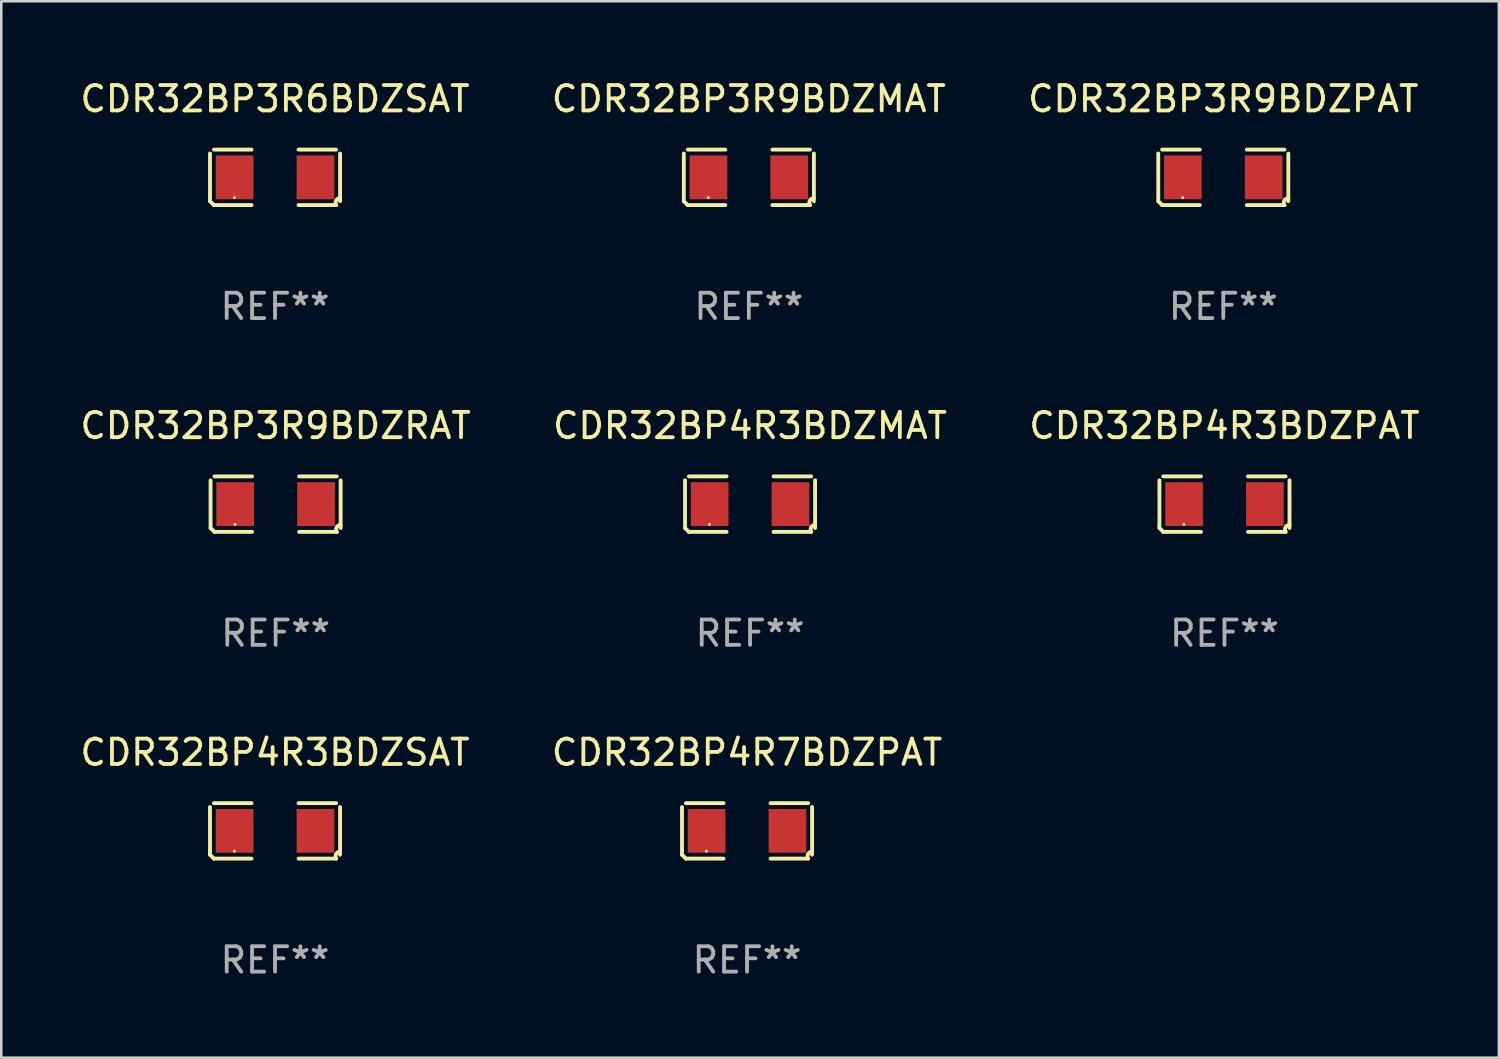
<source format=kicad_pcb>
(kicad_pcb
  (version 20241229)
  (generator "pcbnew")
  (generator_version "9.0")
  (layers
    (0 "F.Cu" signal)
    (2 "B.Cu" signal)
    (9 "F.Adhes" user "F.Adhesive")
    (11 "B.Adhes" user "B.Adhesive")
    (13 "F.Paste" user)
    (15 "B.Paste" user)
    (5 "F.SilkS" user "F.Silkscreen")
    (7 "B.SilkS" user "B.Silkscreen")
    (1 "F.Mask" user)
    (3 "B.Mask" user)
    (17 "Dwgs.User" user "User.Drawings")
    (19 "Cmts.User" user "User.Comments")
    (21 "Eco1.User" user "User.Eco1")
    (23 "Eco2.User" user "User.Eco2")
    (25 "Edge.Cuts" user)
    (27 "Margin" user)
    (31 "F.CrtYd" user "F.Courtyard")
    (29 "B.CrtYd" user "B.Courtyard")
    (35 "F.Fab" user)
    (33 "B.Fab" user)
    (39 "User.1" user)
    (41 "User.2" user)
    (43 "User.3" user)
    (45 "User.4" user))
  (footprint "CDR32BP3R9BDZRAT"
    (layer "F.Cu")
    (at 7.815 16.823)
    (property "Reference" "CDR32BP3R9BDZRAT" (at 0 -3.093 0) (layer "F.SilkS") (effects (font (size 1 1) (thickness 0.15))))
    (attr through_hole)
    (fp_line (start -2.564 0.94) (end -2.564 -0.94) (stroke (width 0.152) (type solid)) (layer "F.SilkS"))
    (fp_line (start -2.411 -1.093) (end -0.926 -1.093) (stroke (width 0.152) (type solid)) (layer "F.SilkS"))
    (fp_line (start -0.926 1.093) (end -2.411 1.093) (stroke (width 0.152) (type solid)) (layer "F.SilkS"))
    (fp_line (start 0.926 1.093) (end 2.411 1.093) (stroke (width 0.152) (type solid)) (layer "F.SilkS"))
    (fp_line (start 2.411 -1.093) (end 0.926 -1.093) (stroke (width 0.152) (type solid)) (layer "F.SilkS"))
    (fp_line (start 2.564 0.94) (end 2.564 -0.94) (stroke (width 0.152) (type solid)) (layer "F.SilkS"))
    (fp_arc (start -2.411201 1.092609) (mid -2.487413 1.01642) (end -2.563602 0.940208) (stroke (width 0.1524) (type solid)) (layer "F.SilkS"))
    (fp_arc (start 2.411201 1.092609) (mid 2.407159 0.911226) (end 2.563602 0.819347) (stroke (width 0.1524) (type solid)) (layer "F.SilkS"))
    (fp_circle (center -1.6 0.8) (end -1.57 0.8) (stroke (width 0.06) (type solid)) (fill no) (layer "F.SilkS"))
    (fp_text user "REF**" (at 0 5.093 0) (layer "F.Fab") (effects (font (size 1 1) (thickness 0.15))))
    (pad "1" smd rect (at -1.593 0) (size 1.485 1.728) (layers "F.Cu" "F.Mask" "F.Paste"))
    (pad "2" smd rect (at 1.593 0) (size 1.485 1.728) (layers "F.Cu" "F.Mask" "F.Paste")))
  (footprint "CDR32BP3R6BDZSAT"
    (layer "F.Cu")
    (at 7.792 3.941)
    (property "Reference" "CDR32BP3R6BDZSAT" (at 0 -3.093 0) (layer "F.SilkS") (effects (font (size 1 1) (thickness 0.15))))
    (attr through_hole)
    (fp_line (start -2.564 0.94) (end -2.564 -0.94) (stroke (width 0.152) (type solid)) (layer "F.SilkS"))
    (fp_line (start -2.411 -1.093) (end -0.926 -1.093) (stroke (width 0.152) (type solid)) (layer "F.SilkS"))
    (fp_line (start -0.926 1.093) (end -2.411 1.093) (stroke (width 0.152) (type solid)) (layer "F.SilkS"))
    (fp_line (start 0.926 1.093) (end 2.411 1.093) (stroke (width 0.152) (type solid)) (layer "F.SilkS"))
    (fp_line (start 2.411 -1.093) (end 0.926 -1.093) (stroke (width 0.152) (type solid)) (layer "F.SilkS"))
    (fp_line (start 2.564 0.94) (end 2.564 -0.94) (stroke (width 0.152) (type solid)) (layer "F.SilkS"))
    (fp_arc (start -2.411201 1.092609) (mid -2.487413 1.01642) (end -2.563602 0.940208) (stroke (width 0.1524) (type solid)) (layer "F.SilkS"))
    (fp_arc (start 2.411201 1.092609) (mid 2.407159 0.911226) (end 2.563602 0.819347) (stroke (width 0.1524) (type solid)) (layer "F.SilkS"))
    (fp_circle (center -1.6 0.8) (end -1.57 0.8) (stroke (width 0.06) (type solid)) (fill no) (layer "F.SilkS"))
    (fp_text user "REF**" (at 0 5.093 0) (layer "F.Fab") (effects (font (size 1 1) (thickness 0.15))))
    (pad "1" smd rect (at -1.593 0) (size 1.485 1.728) (layers "F.Cu" "F.Mask" "F.Paste"))
    (pad "2" smd rect (at 1.593 0) (size 1.485 1.728) (layers "F.Cu" "F.Mask" "F.Paste")))
  (footprint "CDR32BP3R9BDZMAT"
    (layer "F.Cu")
    (at 26.47 3.941)
    (property "Reference" "CDR32BP3R9BDZMAT" (at 0 -3.093 0) (layer "F.SilkS") (effects (font (size 1 1) (thickness 0.15))))
    (attr through_hole)
    (fp_line (start -2.564 0.94) (end -2.564 -0.94) (stroke (width 0.152) (type solid)) (layer "F.SilkS"))
    (fp_line (start -2.411 -1.093) (end -0.926 -1.093) (stroke (width 0.152) (type solid)) (layer "F.SilkS"))
    (fp_line (start -0.926 1.093) (end -2.411 1.093) (stroke (width 0.152) (type solid)) (layer "F.SilkS"))
    (fp_line (start 0.926 1.093) (end 2.411 1.093) (stroke (width 0.152) (type solid)) (layer "F.SilkS"))
    (fp_line (start 2.411 -1.093) (end 0.926 -1.093) (stroke (width 0.152) (type solid)) (layer "F.SilkS"))
    (fp_line (start 2.564 0.94) (end 2.564 -0.94) (stroke (width 0.152) (type solid)) (layer "F.SilkS"))
    (fp_arc (start -2.411201 1.092609) (mid -2.487413 1.01642) (end -2.563602 0.940208) (stroke (width 0.1524) (type solid)) (layer "F.SilkS"))
    (fp_arc (start 2.411201 1.092609) (mid 2.407159 0.911226) (end 2.563602 0.819347) (stroke (width 0.1524) (type solid)) (layer "F.SilkS"))
    (fp_circle (center -1.6 0.8) (end -1.57 0.8) (stroke (width 0.06) (type solid)) (fill no) (layer "F.SilkS"))
    (fp_text user "REF**" (at 0 5.093 0) (layer "F.Fab") (effects (font (size 1 1) (thickness 0.15))))
    (pad "1" smd rect (at -1.593 0) (size 1.485 1.728) (layers "F.Cu" "F.Mask" "F.Paste"))
    (pad "2" smd rect (at 1.593 0) (size 1.485 1.728) (layers "F.Cu" "F.Mask" "F.Paste")))
  (footprint "CDR32BP4R7BDZPAT"
    (layer "F.Cu")
    (at 26.399 29.704)
    (property "Reference" "CDR32BP4R7BDZPAT" (at 0 -3.093 0) (layer "F.SilkS") (effects (font (size 1 1) (thickness 0.15))))
    (attr through_hole)
    (fp_line (start -2.564 0.94) (end -2.564 -0.94) (stroke (width 0.152) (type solid)) (layer "F.SilkS"))
    (fp_line (start -2.411 -1.093) (end -0.926 -1.093) (stroke (width 0.152) (type solid)) (layer "F.SilkS"))
    (fp_line (start -0.926 1.093) (end -2.411 1.093) (stroke (width 0.152) (type solid)) (layer "F.SilkS"))
    (fp_line (start 0.926 1.093) (end 2.411 1.093) (stroke (width 0.152) (type solid)) (layer "F.SilkS"))
    (fp_line (start 2.411 -1.093) (end 0.926 -1.093) (stroke (width 0.152) (type solid)) (layer "F.SilkS"))
    (fp_line (start 2.564 0.94) (end 2.564 -0.94) (stroke (width 0.152) (type solid)) (layer "F.SilkS"))
    (fp_arc (start -2.411201 1.092609) (mid -2.487413 1.01642) (end -2.563602 0.940208) (stroke (width 0.1524) (type solid)) (layer "F.SilkS"))
    (fp_arc (start 2.411201 1.092609) (mid 2.407159 0.911226) (end 2.563602 0.819347) (stroke (width 0.1524) (type solid)) (layer "F.SilkS"))
    (fp_circle (center -1.6 0.8) (end -1.57 0.8) (stroke (width 0.06) (type solid)) (fill no) (layer "F.SilkS"))
    (fp_text user "REF**" (at 0 5.093 0) (layer "F.Fab") (effects (font (size 1 1) (thickness 0.15))))
    (pad "1" smd rect (at -1.593 0) (size 1.485 1.728) (layers "F.Cu" "F.Mask" "F.Paste"))
    (pad "2" smd rect (at 1.593 0) (size 1.485 1.728) (layers "F.Cu" "F.Mask" "F.Paste")))
  (footprint "CDR32BP4R3BDZSAT"
    (layer "F.Cu")
    (at 7.792 29.704)
    (property "Reference" "CDR32BP4R3BDZSAT" (at 0 -3.093 0) (layer "F.SilkS") (effects (font (size 1 1) (thickness 0.15))))
    (attr through_hole)
    (fp_line (start -2.564 0.94) (end -2.564 -0.94) (stroke (width 0.152) (type solid)) (layer "F.SilkS"))
    (fp_line (start -2.411 -1.093) (end -0.926 -1.093) (stroke (width 0.152) (type solid)) (layer "F.SilkS"))
    (fp_line (start -0.926 1.093) (end -2.411 1.093) (stroke (width 0.152) (type solid)) (layer "F.SilkS"))
    (fp_line (start 0.926 1.093) (end 2.411 1.093) (stroke (width 0.152) (type solid)) (layer "F.SilkS"))
    (fp_line (start 2.411 -1.093) (end 0.926 -1.093) (stroke (width 0.152) (type solid)) (layer "F.SilkS"))
    (fp_line (start 2.564 0.94) (end 2.564 -0.94) (stroke (width 0.152) (type solid)) (layer "F.SilkS"))
    (fp_arc (start -2.411201 1.092609) (mid -2.487413 1.01642) (end -2.563602 0.940208) (stroke (width 0.1524) (type solid)) (layer "F.SilkS"))
    (fp_arc (start 2.411201 1.092609) (mid 2.407159 0.911226) (end 2.563602 0.819347) (stroke (width 0.1524) (type solid)) (layer "F.SilkS"))
    (fp_circle (center -1.6 0.8) (end -1.57 0.8) (stroke (width 0.06) (type solid)) (fill no) (layer "F.SilkS"))
    (fp_text user "REF**" (at 0 5.093 0) (layer "F.Fab") (effects (font (size 1 1) (thickness 0.15))))
    (pad "1" smd rect (at -1.593 0) (size 1.485 1.728) (layers "F.Cu" "F.Mask" "F.Paste"))
    (pad "2" smd rect (at 1.593 0) (size 1.485 1.728) (layers "F.Cu" "F.Mask" "F.Paste")))
  (footprint "CDR32BP4R3BDZPAT"
    (layer "F.Cu")
    (at 45.22 16.823)
    (property "Reference" "CDR32BP4R3BDZPAT" (at 0 -3.093 0) (layer "F.SilkS") (effects (font (size 1 1) (thickness 0.15))))
    (attr through_hole)
    (fp_line (start -2.564 0.94) (end -2.564 -0.94) (stroke (width 0.152) (type solid)) (layer "F.SilkS"))
    (fp_line (start -2.411 -1.093) (end -0.926 -1.093) (stroke (width 0.152) (type solid)) (layer "F.SilkS"))
    (fp_line (start -0.926 1.093) (end -2.411 1.093) (stroke (width 0.152) (type solid)) (layer "F.SilkS"))
    (fp_line (start 0.926 1.093) (end 2.411 1.093) (stroke (width 0.152) (type solid)) (layer "F.SilkS"))
    (fp_line (start 2.411 -1.093) (end 0.926 -1.093) (stroke (width 0.152) (type solid)) (layer "F.SilkS"))
    (fp_line (start 2.564 0.94) (end 2.564 -0.94) (stroke (width 0.152) (type solid)) (layer "F.SilkS"))
    (fp_arc (start -2.411201 1.092609) (mid -2.487413 1.01642) (end -2.563602 0.940208) (stroke (width 0.1524) (type solid)) (layer "F.SilkS"))
    (fp_arc (start 2.411201 1.092609) (mid 2.407159 0.911226) (end 2.563602 0.819347) (stroke (width 0.1524) (type solid)) (layer "F.SilkS"))
    (fp_circle (center -1.6 0.8) (end -1.57 0.8) (stroke (width 0.06) (type solid)) (fill no) (layer "F.SilkS"))
    (fp_text user "REF**" (at 0 5.093 0) (layer "F.Fab") (effects (font (size 1 1) (thickness 0.15))))
    (pad "1" smd rect (at -1.593 0) (size 1.485 1.728) (layers "F.Cu" "F.Mask" "F.Paste"))
    (pad "2" smd rect (at 1.593 0) (size 1.485 1.728) (layers "F.Cu" "F.Mask" "F.Paste")))
  (footprint "CDR32BP4R3BDZMAT"
    (layer "F.Cu")
    (at 26.518 16.823)
    (property "Reference" "CDR32BP4R3BDZMAT" (at 0 -3.093 0) (layer "F.SilkS") (effects (font (size 1 1) (thickness 0.15))))
    (attr through_hole)
    (fp_line (start -2.564 0.94) (end -2.564 -0.94) (stroke (width 0.152) (type solid)) (layer "F.SilkS"))
    (fp_line (start -2.411 -1.093) (end -0.926 -1.093) (stroke (width 0.152) (type solid)) (layer "F.SilkS"))
    (fp_line (start -0.926 1.093) (end -2.411 1.093) (stroke (width 0.152) (type solid)) (layer "F.SilkS"))
    (fp_line (start 0.926 1.093) (end 2.411 1.093) (stroke (width 0.152) (type solid)) (layer "F.SilkS"))
    (fp_line (start 2.411 -1.093) (end 0.926 -1.093) (stroke (width 0.152) (type solid)) (layer "F.SilkS"))
    (fp_line (start 2.564 0.94) (end 2.564 -0.94) (stroke (width 0.152) (type solid)) (layer "F.SilkS"))
    (fp_arc (start -2.411201 1.092609) (mid -2.487413 1.01642) (end -2.563602 0.940208) (stroke (width 0.1524) (type solid)) (layer "F.SilkS"))
    (fp_arc (start 2.411201 1.092609) (mid 2.407159 0.911226) (end 2.563602 0.819347) (stroke (width 0.1524) (type solid)) (layer "F.SilkS"))
    (fp_circle (center -1.6 0.8) (end -1.57 0.8) (stroke (width 0.06) (type solid)) (fill no) (layer "F.SilkS"))
    (fp_text user "REF**" (at 0 5.093 0) (layer "F.Fab") (effects (font (size 1 1) (thickness 0.15))))
    (pad "1" smd rect (at -1.593 0) (size 1.485 1.728) (layers "F.Cu" "F.Mask" "F.Paste"))
    (pad "2" smd rect (at 1.593 0) (size 1.485 1.728) (layers "F.Cu" "F.Mask" "F.Paste")))
  (footprint "CDR32BP3R9BDZPAT"
    (layer "F.Cu")
    (at 45.173 3.941)
    (property "Reference" "CDR32BP3R9BDZPAT" (at 0 -3.093 0) (layer "F.SilkS") (effects (font (size 1 1) (thickness 0.15))))
    (attr through_hole)
    (fp_line (start -2.564 0.94) (end -2.564 -0.94) (stroke (width 0.152) (type solid)) (layer "F.SilkS"))
    (fp_line (start -2.411 -1.093) (end -0.926 -1.093) (stroke (width 0.152) (type solid)) (layer "F.SilkS"))
    (fp_line (start -0.926 1.093) (end -2.411 1.093) (stroke (width 0.152) (type solid)) (layer "F.SilkS"))
    (fp_line (start 0.926 1.093) (end 2.411 1.093) (stroke (width 0.152) (type solid)) (layer "F.SilkS"))
    (fp_line (start 2.411 -1.093) (end 0.926 -1.093) (stroke (width 0.152) (type solid)) (layer "F.SilkS"))
    (fp_line (start 2.564 0.94) (end 2.564 -0.94) (stroke (width 0.152) (type solid)) (layer "F.SilkS"))
    (fp_arc (start -2.411201 1.092609) (mid -2.487413 1.01642) (end -2.563602 0.940208) (stroke (width 0.1524) (type solid)) (layer "F.SilkS"))
    (fp_arc (start 2.411201 1.092609) (mid 2.407159 0.911226) (end 2.563602 0.819347) (stroke (width 0.1524) (type solid)) (layer "F.SilkS"))
    (fp_circle (center -1.6 0.8) (end -1.57 0.8) (stroke (width 0.06) (type solid)) (fill no) (layer "F.SilkS"))
    (fp_text user "REF**" (at 0 5.093 0) (layer "F.Fab") (effects (font (size 1 1) (thickness 0.15))))
    (pad "1" smd rect (at -1.593 0) (size 1.485 1.728) (layers "F.Cu" "F.Mask" "F.Paste"))
    (pad "2" smd rect (at 1.593 0) (size 1.485 1.728) (layers "F.Cu" "F.Mask" "F.Paste")))
  (gr_rect
    (start -3 -3)
    (end 56.036 38.645)
    (stroke (width 0.1) (type default))
    (fill no)
    (layer "Edge.Cuts")))
</source>
